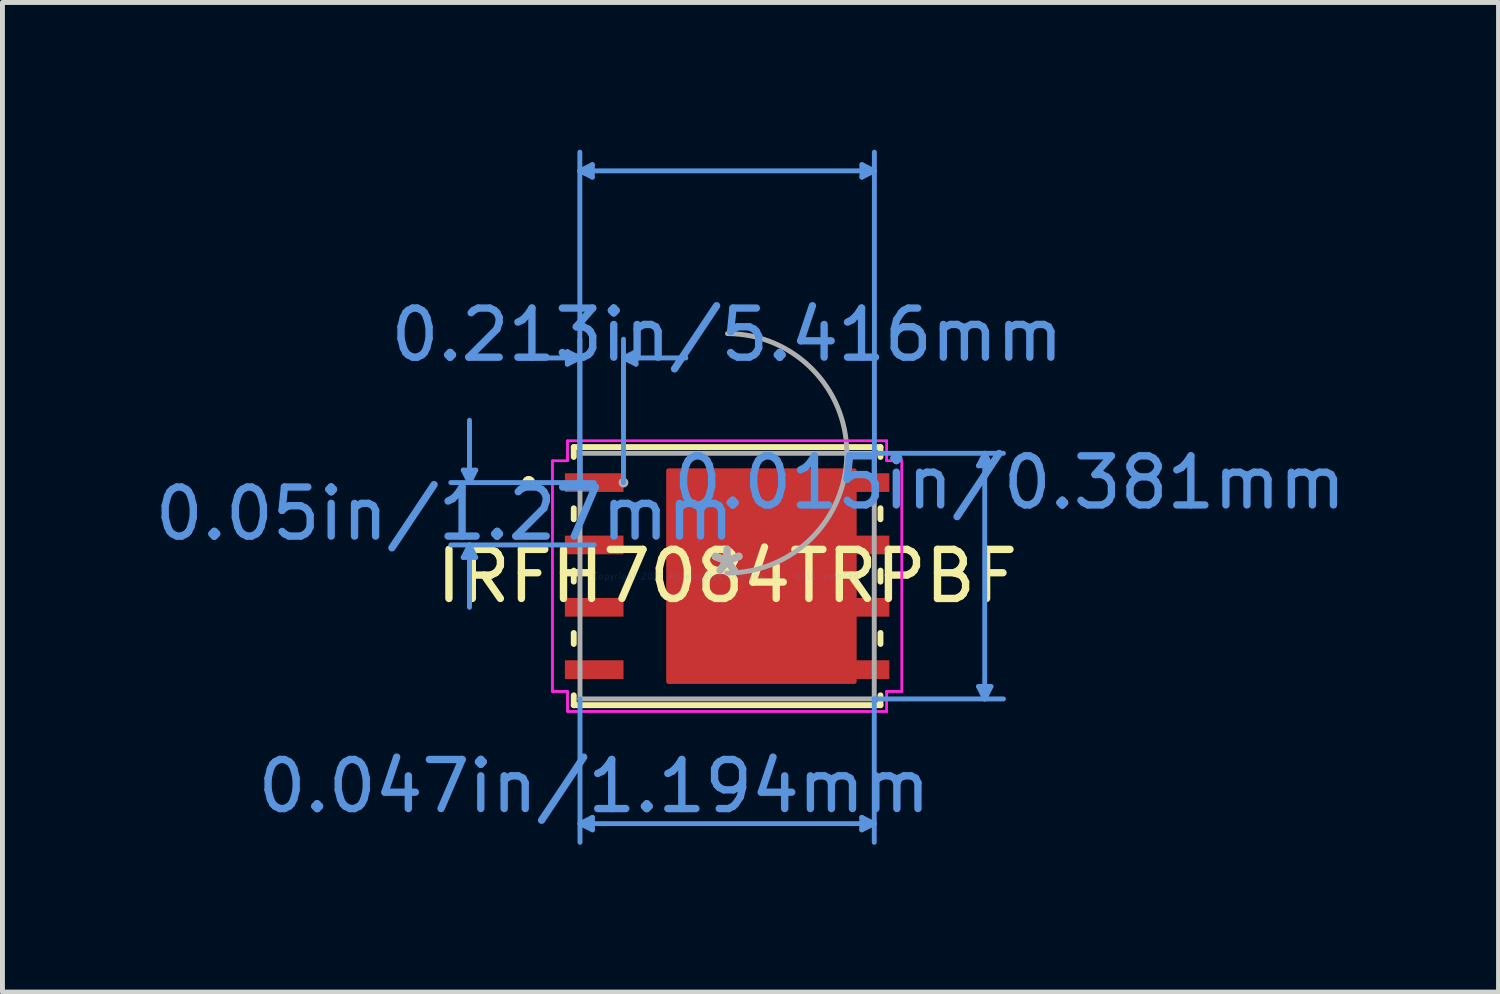
<source format=kicad_pcb>
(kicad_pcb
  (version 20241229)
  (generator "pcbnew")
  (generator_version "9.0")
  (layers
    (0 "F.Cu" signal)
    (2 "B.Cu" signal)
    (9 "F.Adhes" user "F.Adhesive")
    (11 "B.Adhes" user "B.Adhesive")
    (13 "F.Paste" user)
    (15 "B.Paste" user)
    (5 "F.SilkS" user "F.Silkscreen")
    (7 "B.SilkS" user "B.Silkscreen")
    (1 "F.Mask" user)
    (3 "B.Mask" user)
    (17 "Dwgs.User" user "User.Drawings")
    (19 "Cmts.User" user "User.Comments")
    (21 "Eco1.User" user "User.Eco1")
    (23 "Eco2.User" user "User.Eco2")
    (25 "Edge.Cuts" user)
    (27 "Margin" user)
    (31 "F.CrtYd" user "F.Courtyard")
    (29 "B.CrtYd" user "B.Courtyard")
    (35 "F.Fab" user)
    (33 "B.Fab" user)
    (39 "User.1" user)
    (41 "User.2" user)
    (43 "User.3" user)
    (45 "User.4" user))
  (footprint "IRFH7084TRPBF"
    (layer "F.Cu")
    (at 11.762 8.686)
    (property "Reference" "IRFH7084TRPBF" (at 0 0 0) (layer "F.SilkS") (effects (font (size 1 1) (thickness 0.15))))
    (attr through_hole)
    (fp_poly (pts (xy -1.191 -2.146) (xy 2.589 -2.146) (xy 2.589 2.146) (xy -1.191 2.146)) (stroke (width 0.1) (type solid)) (fill yes) (layer "F.Cu"))
    (fp_poly (pts (xy -1.191 -2.146) (xy 2.589 -2.146) (xy 2.589 2.146) (xy -1.191 2.146)) (stroke (width 0.1) (type solid)) (fill yes) (layer "F.Mask"))
    (fp_line (start -3.124 -2.629) (end -3.124 -2.428) (stroke (width 0.12) (type solid)) (layer "F.SilkS"))
    (fp_line (start -3.124 -1.382) (end -3.124 -1.158) (stroke (width 0.12) (type solid)) (layer "F.SilkS"))
    (fp_line (start -3.124 -0.112) (end -3.124 0.112) (stroke (width 0.12) (type solid)) (layer "F.SilkS"))
    (fp_line (start -3.124 1.158) (end -3.124 1.382) (stroke (width 0.12) (type solid)) (layer "F.SilkS"))
    (fp_line (start -3.124 2.428) (end -3.124 2.629) (stroke (width 0.12) (type solid)) (layer "F.SilkS"))
    (fp_line (start -3.124 2.629) (end 3.124 2.629) (stroke (width 0.12) (type solid)) (layer "F.SilkS"))
    (fp_line (start 3.124 -2.629) (end -3.124 -2.629) (stroke (width 0.12) (type solid)) (layer "F.SilkS"))
    (fp_line (start 3.124 -2.428) (end 3.124 -2.629) (stroke (width 0.12) (type solid)) (layer "F.SilkS"))
    (fp_line (start 3.124 -1.158) (end 3.124 -1.382) (stroke (width 0.12) (type solid)) (layer "F.SilkS"))
    (fp_line (start 3.124 0.112) (end 3.124 -0.112) (stroke (width 0.12) (type solid)) (layer "F.SilkS"))
    (fp_line (start 3.124 1.382) (end 3.124 1.158) (stroke (width 0.12) (type solid)) (layer "F.SilkS"))
    (fp_line (start 3.124 2.629) (end 3.124 2.428) (stroke (width 0.12) (type solid)) (layer "F.SilkS"))
    (fp_circle (center -4.041 -1.905) (end -3.965 -1.905) (stroke (width 0.12) (type solid)) (fill no) (layer "F.SilkS"))
    (fp_poly (pts (xy -1.191 -2.146) (xy 2.589 -2.146) (xy 2.589 2.146) (xy -1.191 2.146)) (stroke (width 0.1) (type solid)) (fill yes) (layer "F.Paste"))
    (fp_line (start -5.375 -2.159) (end -5.121 -2.159) (stroke (width 0.1) (type solid)) (layer "Cmts.User"))
    (fp_line (start -5.375 -0.381) (end -5.121 -0.381) (stroke (width 0.1) (type solid)) (layer "Cmts.User"))
    (fp_line (start -5.248 -1.905) (end -5.375 -2.159) (stroke (width 0.1) (type solid)) (layer "Cmts.User"))
    (fp_line (start -5.248 -1.905) (end -5.248 -3.175) (stroke (width 0.1) (type solid)) (layer "Cmts.User"))
    (fp_line (start -5.248 -1.905) (end -5.121 -2.159) (stroke (width 0.1) (type solid)) (layer "Cmts.User"))
    (fp_line (start -5.248 -0.635) (end -5.375 -0.381) (stroke (width 0.1) (type solid)) (layer "Cmts.User"))
    (fp_line (start -5.248 -0.635) (end -5.248 0.635) (stroke (width 0.1) (type solid)) (layer "Cmts.User"))
    (fp_line (start -5.248 -0.635) (end -5.121 -0.381) (stroke (width 0.1) (type solid)) (layer "Cmts.User"))
    (fp_line (start -3.254 -4.572) (end -3.254 -4.318) (stroke (width 0.1) (type solid)) (layer "Cmts.User"))
    (fp_line (start -3 -8.255) (end -2.746 -8.382) (stroke (width 0.1) (type solid)) (layer "Cmts.User"))
    (fp_line (start -3 -8.255) (end -2.746 -8.128) (stroke (width 0.1) (type solid)) (layer "Cmts.User"))
    (fp_line (start -3 -8.255) (end 3 -8.255) (stroke (width 0.1) (type solid)) (layer "Cmts.User"))
    (fp_line (start -3 -4.445) (end -4.27 -4.445) (stroke (width 0.1) (type solid)) (layer "Cmts.User"))
    (fp_line (start -3 -4.445) (end -3.254 -4.572) (stroke (width 0.1) (type solid)) (layer "Cmts.User"))
    (fp_line (start -3 -4.445) (end -3.254 -4.318) (stroke (width 0.1) (type solid)) (layer "Cmts.User"))
    (fp_line (start -3 -1.905) (end -3 -8.636) (stroke (width 0.1) (type solid)) (layer "Cmts.User"))
    (fp_line (start -3 -1.905) (end -3 -4.826) (stroke (width 0.1) (type solid)) (layer "Cmts.User"))
    (fp_line (start -2.997 2.502) (end -2.997 5.423) (stroke (width 0.1) (type solid)) (layer "Cmts.User"))
    (fp_line (start -2.997 5.042) (end -2.743 4.915) (stroke (width 0.1) (type solid)) (layer "Cmts.User"))
    (fp_line (start -2.997 5.042) (end -2.743 5.169) (stroke (width 0.1) (type solid)) (layer "Cmts.User"))
    (fp_line (start -2.997 5.042) (end 2.997 5.042) (stroke (width 0.1) (type solid)) (layer "Cmts.User"))
    (fp_line (start -2.746 -8.382) (end -2.746 -8.128) (stroke (width 0.1) (type solid)) (layer "Cmts.User"))
    (fp_line (start -2.743 4.915) (end -2.743 5.169) (stroke (width 0.1) (type solid)) (layer "Cmts.User"))
    (fp_line (start -2.708 -1.905) (end -5.629 -1.905) (stroke (width 0.1) (type solid)) (layer "Cmts.User"))
    (fp_line (start -2.708 -0.635) (end -5.629 -0.635) (stroke (width 0.1) (type solid)) (layer "Cmts.User"))
    (fp_line (start -2.111 -4.445) (end -1.857 -4.572) (stroke (width 0.1) (type solid)) (layer "Cmts.User"))
    (fp_line (start -2.111 -4.445) (end -1.857 -4.318) (stroke (width 0.1) (type solid)) (layer "Cmts.User"))
    (fp_line (start -2.111 -4.445) (end -0.841 -4.445) (stroke (width 0.1) (type solid)) (layer "Cmts.User"))
    (fp_line (start -2.111 -1.905) (end -2.111 -4.826) (stroke (width 0.1) (type solid)) (layer "Cmts.User"))
    (fp_line (start -1.857 -4.572) (end -1.857 -4.318) (stroke (width 0.1) (type solid)) (layer "Cmts.User"))
    (fp_line (start 2.743 4.915) (end 2.743 5.169) (stroke (width 0.1) (type solid)) (layer "Cmts.User"))
    (fp_line (start 2.746 -8.382) (end 2.746 -8.128) (stroke (width 0.1) (type solid)) (layer "Cmts.User"))
    (fp_line (start 2.997 -2.502) (end 5.629 -2.502) (stroke (width 0.1) (type solid)) (layer "Cmts.User"))
    (fp_line (start 2.997 2.502) (end 2.997 5.423) (stroke (width 0.1) (type solid)) (layer "Cmts.User"))
    (fp_line (start 2.997 2.502) (end 5.629 2.502) (stroke (width 0.1) (type solid)) (layer "Cmts.User"))
    (fp_line (start 2.997 5.042) (end 2.743 4.915) (stroke (width 0.1) (type solid)) (layer "Cmts.User"))
    (fp_line (start 2.997 5.042) (end 2.743 5.169) (stroke (width 0.1) (type solid)) (layer "Cmts.User"))
    (fp_line (start 3 -8.255) (end 2.746 -8.382) (stroke (width 0.1) (type solid)) (layer "Cmts.User"))
    (fp_line (start 3 -8.255) (end 2.746 -8.128) (stroke (width 0.1) (type solid)) (layer "Cmts.User"))
    (fp_line (start 3 -1.905) (end 3 -8.636) (stroke (width 0.1) (type solid)) (layer "Cmts.User"))
    (fp_line (start 5.121 -2.248) (end 5.375 -2.248) (stroke (width 0.1) (type solid)) (layer "Cmts.User"))
    (fp_line (start 5.121 2.248) (end 5.375 2.248) (stroke (width 0.1) (type solid)) (layer "Cmts.User"))
    (fp_line (start 5.248 -2.502) (end 5.121 -2.248) (stroke (width 0.1) (type solid)) (layer "Cmts.User"))
    (fp_line (start 5.248 -2.502) (end 5.248 2.502) (stroke (width 0.1) (type solid)) (layer "Cmts.User"))
    (fp_line (start 5.248 -2.502) (end 5.375 -2.248) (stroke (width 0.1) (type solid)) (layer "Cmts.User"))
    (fp_line (start 5.248 2.502) (end 5.121 2.248) (stroke (width 0.1) (type solid)) (layer "Cmts.User"))
    (fp_line (start 5.248 2.502) (end 5.375 2.248) (stroke (width 0.1) (type solid)) (layer "Cmts.User"))
    (fp_line (start -3.559 -2.349) (end -3.251 -2.349) (stroke (width 0.05) (type solid)) (layer "F.CrtYd"))
    (fp_line (start -3.559 -2.349) (end -3.251 -2.349) (stroke (width 0.05) (type solid)) (layer "F.CrtYd"))
    (fp_line (start -3.559 2.349) (end -3.559 -2.349) (stroke (width 0.05) (type solid)) (layer "F.CrtYd"))
    (fp_line (start -3.559 2.349) (end -3.559 -2.349) (stroke (width 0.05) (type solid)) (layer "F.CrtYd"))
    (fp_line (start -3.559 2.349) (end -3.251 2.349) (stroke (width 0.05) (type solid)) (layer "F.CrtYd"))
    (fp_line (start -3.251 -2.756) (end 3.251 -2.756) (stroke (width 0.05) (type solid)) (layer "F.CrtYd"))
    (fp_line (start -3.251 -2.756) (end 3.251 -2.756) (stroke (width 0.05) (type solid)) (layer "F.CrtYd"))
    (fp_line (start -3.251 -2.349) (end -3.251 -2.756) (stroke (width 0.05) (type solid)) (layer "F.CrtYd"))
    (fp_line (start -3.251 -2.349) (end -3.251 -2.756) (stroke (width 0.05) (type solid)) (layer "F.CrtYd"))
    (fp_line (start -3.251 2.349) (end -3.559 2.349) (stroke (width 0.05) (type solid)) (layer "F.CrtYd"))
    (fp_line (start -3.251 2.756) (end -3.251 2.349) (stroke (width 0.05) (type solid)) (layer "F.CrtYd"))
    (fp_line (start -3.251 2.756) (end -3.251 2.349) (stroke (width 0.05) (type solid)) (layer "F.CrtYd"))
    (fp_line (start 3.251 -2.756) (end 3.251 -2.349) (stroke (width 0.05) (type solid)) (layer "F.CrtYd"))
    (fp_line (start 3.251 -2.756) (end 3.251 -2.349) (stroke (width 0.05) (type solid)) (layer "F.CrtYd"))
    (fp_line (start 3.251 -2.349) (end 3.559 -2.349) (stroke (width 0.05) (type solid)) (layer "F.CrtYd"))
    (fp_line (start 3.251 2.349) (end 3.251 2.756) (stroke (width 0.05) (type solid)) (layer "F.CrtYd"))
    (fp_line (start 3.251 2.349) (end 3.251 2.756) (stroke (width 0.05) (type solid)) (layer "F.CrtYd"))
    (fp_line (start 3.251 2.756) (end -3.251 2.756) (stroke (width 0.05) (type solid)) (layer "F.CrtYd"))
    (fp_line (start 3.251 2.756) (end -3.251 2.756) (stroke (width 0.05) (type solid)) (layer "F.CrtYd"))
    (fp_line (start 3.559 -2.349) (end 3.251 -2.349) (stroke (width 0.05) (type solid)) (layer "F.CrtYd"))
    (fp_line (start 3.559 -2.349) (end 3.559 2.349) (stroke (width 0.05) (type solid)) (layer "F.CrtYd"))
    (fp_line (start 3.559 -2.349) (end 3.559 2.349) (stroke (width 0.05) (type solid)) (layer "F.CrtYd"))
    (fp_line (start 3.559 2.349) (end 3.251 2.349) (stroke (width 0.05) (type solid)) (layer "F.CrtYd"))
    (fp_line (start 3.559 2.349) (end 3.251 2.349) (stroke (width 0.05) (type solid)) (layer "F.CrtYd"))
    (fp_line (start -2.997 -2.502) (end -2.997 2.502) (stroke (width 0.1) (type solid)) (layer "F.Fab"))
    (fp_line (start -2.997 2.502) (end 2.997 2.502) (stroke (width 0.1) (type solid)) (layer "F.Fab"))
    (fp_line (start 2.997 -2.502) (end -2.997 -2.502) (stroke (width 0.1) (type solid)) (layer "F.Fab"))
    (fp_line (start 2.997 2.502) (end 2.997 -2.502) (stroke (width 0.1) (type solid)) (layer "F.Fab"))
    (fp_arc (start 0.007742 -4.940252) (mid 2.438352 -2.494158) (end -0.007742 -0.063548) (stroke (width 0.1) (type solid)) (layer "F.Fab"))
    (fp_circle (center -2.111 -1.905) (end -2.111 -1.905) (stroke (width 0.1) (type solid)) (fill no) (layer "F.Fab"))
    (fp_text user "*" (at 0 0 0) (layer "F.SilkS") (effects (font (size 1 1) (thickness 0.15))))
    (fp_text user "0.05in/1.27mm" (at -5.756 -1.27 0) (layer "Cmts.User") (effects (font (size 1 1) (thickness 0.15))))
    (fp_text user "0.015in/0.381mm" (at 5.756 -1.905 0) (layer "Cmts.User") (effects (font (size 1 1) (thickness 0.15))))
    (fp_text user "0.213in/5.416mm" (at 0 -4.915 0) (layer "Cmts.User") (effects (font (size 1 1) (thickness 0.15))))
    (fp_text user "Copyright 2021 Accelerated Designs. All rights reserved." (at 0 0 0) (layer "Cmts.User") (effects (font (size 0.127 0.127) (thickness 0.002))))
    (fp_text user "0.047in/1.194mm" (at -2.708 4.28 0) (layer "Cmts.User") (effects (font (size 1 1) (thickness 0.15))))
    (fp_text user "*" (at 0 0 0) (layer "F.Fab") (effects (font (size 1 1) (thickness 0.15))))
    (pad "1" smd rect (at -2.708 -1.905) (size 1.194 0.381) (layers "F.Cu" "F.Mask" "F.Paste"))
    (pad "2" smd rect (at -2.708 -0.635) (size 1.194 0.381) (layers "F.Cu" "F.Mask" "F.Paste"))
    (pad "3" smd rect (at -2.708 0.635) (size 1.194 0.381) (layers "F.Cu" "F.Mask" "F.Paste"))
    (pad "4" smd rect (at -2.708 1.905) (size 1.194 0.381) (layers "F.Cu" "F.Mask" "F.Paste"))
    (pad "5" smd rect (at 2.708 1.905) (size 1.194 0.381) (layers "F.Cu" "F.Mask" "F.Paste"))
    (pad "6" smd rect (at 2.708 0.635) (size 1.194 0.381) (layers "F.Cu" "F.Mask" "F.Paste"))
    (pad "7" smd rect (at 2.708 -0.635) (size 1.194 0.381) (layers "F.Cu" "F.Mask" "F.Paste"))
    (pad "8" smd rect (at 2.708 -1.905) (size 1.194 0.381) (layers "F.Cu" "F.Mask" "F.Paste")))
  (gr_rect
    (start -3 -3)
    (end 27.476 17.159)
    (stroke (width 0.1) (type default))
    (fill no)
    (layer "Edge.Cuts")))
</source>
